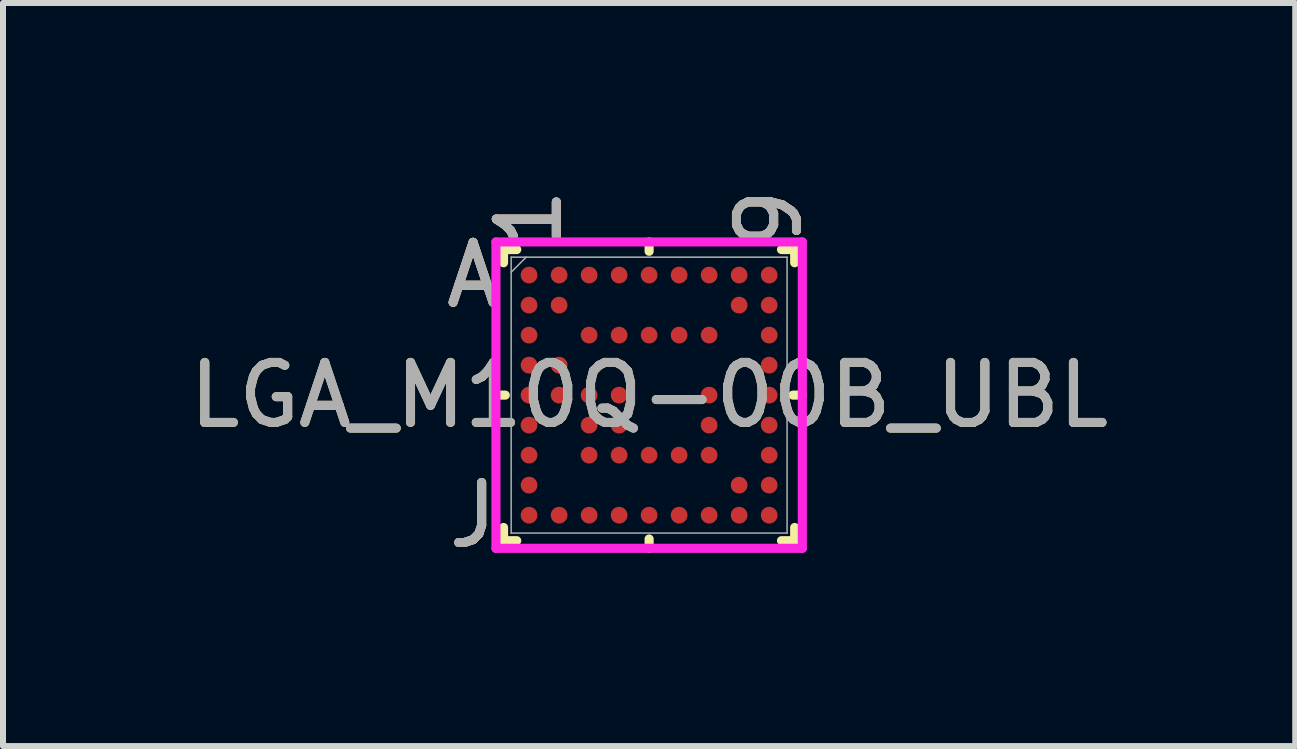
<source format=kicad_pcb>
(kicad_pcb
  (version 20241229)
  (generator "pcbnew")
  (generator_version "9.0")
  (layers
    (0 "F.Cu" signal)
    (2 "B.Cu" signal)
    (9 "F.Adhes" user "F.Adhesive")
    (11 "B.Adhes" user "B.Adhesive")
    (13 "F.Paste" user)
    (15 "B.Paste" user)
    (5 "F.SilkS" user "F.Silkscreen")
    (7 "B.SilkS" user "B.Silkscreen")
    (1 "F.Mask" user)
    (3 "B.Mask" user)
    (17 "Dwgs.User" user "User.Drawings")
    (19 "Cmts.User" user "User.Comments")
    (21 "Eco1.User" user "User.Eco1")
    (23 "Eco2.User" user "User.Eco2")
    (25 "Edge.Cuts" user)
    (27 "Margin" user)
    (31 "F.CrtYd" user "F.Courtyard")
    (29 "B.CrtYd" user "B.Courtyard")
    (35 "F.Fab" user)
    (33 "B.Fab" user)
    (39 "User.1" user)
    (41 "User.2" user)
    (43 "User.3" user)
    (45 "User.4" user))
  (footprint "LGA_M10Q-00B_UBL"
    (layer "F.Cu")
    (at 7.768 3.535)
    (property "Reference" "LGA_M10Q-00B_UBL" (at 0 0 0) (unlocked yes) (layer "F.SilkS") (effects (font (size 1 1) (thickness 0.15))))
    (attr smd)
    (fp_line (start -2.426 -2.426) (end -2.426 -2.206) (stroke (width 0.152) (type solid)) (layer "F.SilkS"))
    (fp_line (start -2.426 2.206) (end -2.426 2.426) (stroke (width 0.152) (type solid)) (layer "F.SilkS"))
    (fp_line (start -2.426 2.426) (end -2.206 2.426) (stroke (width 0.152) (type solid)) (layer "F.SilkS"))
    (fp_line (start -2.397 0) (end -2.553 0) (stroke (width 0.152) (type solid)) (layer "F.SilkS"))
    (fp_line (start -2.206 -2.426) (end -2.426 -2.426) (stroke (width 0.152) (type solid)) (layer "F.SilkS"))
    (fp_line (start 0 -2.397) (end 0 -2.553) (stroke (width 0.152) (type solid)) (layer "F.SilkS"))
    (fp_line (start 0 2.397) (end 0 2.553) (stroke (width 0.152) (type solid)) (layer "F.SilkS"))
    (fp_line (start 2.206 2.426) (end 2.426 2.426) (stroke (width 0.152) (type solid)) (layer "F.SilkS"))
    (fp_line (start 2.397 0) (end 2.553 0) (stroke (width 0.152) (type solid)) (layer "F.SilkS"))
    (fp_line (start 2.426 -2.426) (end 2.206 -2.426) (stroke (width 0.152) (type solid)) (layer "F.SilkS"))
    (fp_line (start 2.426 -2.206) (end 2.426 -2.426) (stroke (width 0.152) (type solid)) (layer "F.SilkS"))
    (fp_line (start 2.426 2.426) (end 2.426 2.206) (stroke (width 0.152) (type solid)) (layer "F.SilkS"))
    (fp_poly (pts (xy -2.695 -2.695) (xy 2.695 -2.695) (xy 2.695 2.695) (xy -2.695 2.695)) (stroke (width 0.1) (type solid)) (fill no) (layer "Eco2.User"))
    (fp_line (start -2.553 -2.553) (end 2.553 -2.553) (stroke (width 0.152) (type solid)) (layer "F.CrtYd"))
    (fp_line (start -2.553 2.553) (end -2.553 -2.553) (stroke (width 0.152) (type solid)) (layer "F.CrtYd"))
    (fp_line (start 2.553 -2.553) (end 2.553 2.553) (stroke (width 0.152) (type solid)) (layer "F.CrtYd"))
    (fp_line (start 2.553 2.553) (end -2.553 2.553) (stroke (width 0.152) (type solid)) (layer "F.CrtYd"))
    (fp_line (start -2.299 -2.299) (end -2.299 2.299) (stroke (width 0.025) (type solid)) (layer "F.Fab"))
    (fp_line (start -2.299 2.299) (end 2.299 2.299) (stroke (width 0.025) (type solid)) (layer "F.Fab"))
    (fp_line (start -2.049 -2.299) (end -2.299 -2.049) (stroke (width 0.025) (type solid)) (layer "F.Fab"))
    (fp_line (start 2.299 -2.299) (end -2.299 -2.299) (stroke (width 0.025) (type solid)) (layer "F.Fab"))
    (fp_line (start 2.299 2.299) (end 2.299 -2.299) (stroke (width 0.025) (type solid)) (layer "F.Fab"))
    (fp_text user "9" (at 2.001 -2.934 90) (unlocked yes) (layer "F.SilkS") (effects (font (size 1 1) (thickness 0.15))))
    (fp_text user "1" (at -2.001 -2.934 90) (unlocked yes) (layer "F.SilkS") (effects (font (size 1 1) (thickness 0.15))))
    (fp_text user "J" (at -2.934 2.001 0) (unlocked yes) (layer "F.SilkS") (effects (font (size 1 1) (thickness 0.15))))
    (fp_text user "A" (at -2.934 -2.001 0) (unlocked yes) (layer "F.SilkS") (effects (font (size 1 1) (thickness 0.15))))
    (fp_text user "1" (at -2.001 -2.934 90) (unlocked yes) (layer "B.SilkS") (effects (font (size 1 1) (thickness 0.15))))
    (fp_text user "9" (at 2.001 -2.934 90) (unlocked yes) (layer "B.SilkS") (effects (font (size 1 1) (thickness 0.15))))
    (fp_text user "A" (at -2.934 -2.001 0) (unlocked yes) (layer "B.SilkS") (effects (font (size 1 1) (thickness 0.15))))
    (fp_text user "J" (at -2.934 2.001 0) (unlocked yes) (layer "B.SilkS") (effects (font (size 1 1) (thickness 0.15))))
    (fp_text user "A" (at -2.934 -2.001 0) (unlocked yes) (layer "F.Fab") (effects (font (size 1 1) (thickness 0.15))))
    (fp_text user "J" (at -2.934 2.001 0) (unlocked yes) (layer "F.Fab") (effects (font (size 1 1) (thickness 0.15))))
    (fp_text user "${REFERENCE}" (at 0 0 0) (unlocked yes) (layer "F.Fab") (effects (font (size 1 1) (thickness 0.15))))
    (fp_text user "9" (at 2.001 -2.934 90) (unlocked yes) (layer "F.Fab") (effects (font (size 1 1) (thickness 0.15))))
    (fp_text user "1" (at -2.001 -2.934 90) (unlocked yes) (layer "F.Fab") (effects (font (size 1 1) (thickness 0.15))))
    (pad "A1" smd circle (at -2.001 -2.001) (size 0.279 0.279) (layers "F.Cu" "F.Mask" "F.Paste"))
    (pad "A2" smd circle (at -1.5 -2.001) (size 0.279 0.279) (layers "F.Cu" "F.Mask" "F.Paste"))
    (pad "A3" smd circle (at -1 -2.001) (size 0.279 0.279) (layers "F.Cu" "F.Mask" "F.Paste"))
    (pad "A4" smd circle (at -0.5 -2.001) (size 0.279 0.279) (layers "F.Cu" "F.Mask" "F.Paste"))
    (pad "A5" smd circle (at 0 -2.001) (size 0.279 0.279) (layers "F.Cu" "F.Mask" "F.Paste"))
    (pad "A6" smd circle (at 0.5 -2.001) (size 0.279 0.279) (layers "F.Cu" "F.Mask" "F.Paste"))
    (pad "A7" smd circle (at 1 -2.001) (size 0.279 0.279) (layers "F.Cu" "F.Mask" "F.Paste"))
    (pad "A8" smd circle (at 1.5 -2.001) (size 0.279 0.279) (layers "F.Cu" "F.Mask" "F.Paste"))
    (pad "A9" smd circle (at 2.001 -2.001) (size 0.279 0.279) (layers "F.Cu" "F.Mask" "F.Paste"))
    (pad "B1" smd circle (at -2.001 -1.5) (size 0.279 0.279) (layers "F.Cu" "F.Mask" "F.Paste"))
    (pad "B2" smd circle (at -1.5 -1.5) (size 0.279 0.279) (layers "F.Cu" "F.Mask" "F.Paste"))
    (pad "B8" smd circle (at 1.5 -1.5) (size 0.279 0.279) (layers "F.Cu" "F.Mask" "F.Paste"))
    (pad "B9" smd circle (at 2.001 -1.5) (size 0.279 0.279) (layers "F.Cu" "F.Mask" "F.Paste"))
    (pad "C1" smd circle (at -2.001 -1) (size 0.279 0.279) (layers "F.Cu" "F.Mask" "F.Paste"))
    (pad "C3" smd circle (at -1 -1) (size 0.279 0.279) (layers "F.Cu" "F.Mask" "F.Paste"))
    (pad "C4" smd circle (at -0.5 -1) (size 0.279 0.279) (layers "F.Cu" "F.Mask" "F.Paste"))
    (pad "C5" smd circle (at 0 -1) (size 0.279 0.279) (layers "F.Cu" "F.Mask" "F.Paste"))
    (pad "C6" smd circle (at 0.5 -1) (size 0.279 0.279) (layers "F.Cu" "F.Mask" "F.Paste"))
    (pad "C7" smd circle (at 1 -1) (size 0.279 0.279) (layers "F.Cu" "F.Mask" "F.Paste"))
    (pad "C9" smd circle (at 2.001 -1) (size 0.279 0.279) (layers "F.Cu" "F.Mask" "F.Paste"))
    (pad "D1" smd circle (at -2.001 -0.5) (size 0.279 0.279) (layers "F.Cu" "F.Mask" "F.Paste"))
    (pad "D2" smd circle (at -1.5 -0.5) (size 0.279 0.279) (layers "F.Cu" "F.Mask" "F.Paste"))
    (pad "D9" smd circle (at 2.001 -0.5) (size 0.279 0.279) (layers "F.Cu" "F.Mask" "F.Paste"))
    (pad "E1" smd circle (at -2.001 0) (size 0.279 0.279) (layers "F.Cu" "F.Mask" "F.Paste"))
    (pad "E2" smd circle (at -1.5 0) (size 0.279 0.279) (layers "F.Cu" "F.Mask" "F.Paste"))
    (pad "E3" smd circle (at -1 0) (size 0.279 0.279) (layers "F.Cu" "F.Mask" "F.Paste"))
    (pad "E4" smd circle (at -0.5 0) (size 0.279 0.279) (layers "F.Cu" "F.Mask" "F.Paste"))
    (pad "E7" smd circle (at 1 0) (size 0.279 0.279) (layers "F.Cu" "F.Mask" "F.Paste"))
    (pad "E9" smd circle (at 2.001 0) (size 0.279 0.279) (layers "F.Cu" "F.Mask" "F.Paste"))
    (pad "F1" smd circle (at -2.001 0.5) (size 0.279 0.279) (layers "F.Cu" "F.Mask" "F.Paste"))
    (pad "F3" smd circle (at -1 0.5) (size 0.279 0.279) (layers "F.Cu" "F.Mask" "F.Paste"))
    (pad "F4" smd circle (at -0.5 0.5) (size 0.279 0.279) (layers "F.Cu" "F.Mask" "F.Paste"))
    (pad "F7" smd circle (at 1 0.5) (size 0.279 0.279) (layers "F.Cu" "F.Mask" "F.Paste"))
    (pad "F9" smd circle (at 2.001 0.5) (size 0.279 0.279) (layers "F.Cu" "F.Mask" "F.Paste"))
    (pad "G1" smd circle (at -2.001 1) (size 0.279 0.279) (layers "F.Cu" "F.Mask" "F.Paste"))
    (pad "G3" smd circle (at -1 1) (size 0.279 0.279) (layers "F.Cu" "F.Mask" "F.Paste"))
    (pad "G4" smd circle (at -0.5 1) (size 0.279 0.279) (layers "F.Cu" "F.Mask" "F.Paste"))
    (pad "G5" smd circle (at 0 1) (size 0.279 0.279) (layers "F.Cu" "F.Mask" "F.Paste"))
    (pad "G6" smd circle (at 0.5 1) (size 0.279 0.279) (layers "F.Cu" "F.Mask" "F.Paste"))
    (pad "G7" smd circle (at 1 1) (size 0.279 0.279) (layers "F.Cu" "F.Mask" "F.Paste"))
    (pad "G9" smd circle (at 2.001 1) (size 0.279 0.279) (layers "F.Cu" "F.Mask" "F.Paste"))
    (pad "H1" smd circle (at -2.001 1.5) (size 0.279 0.279) (layers "F.Cu" "F.Mask" "F.Paste"))
    (pad "H8" smd circle (at 1.5 1.5) (size 0.279 0.279) (layers "F.Cu" "F.Mask" "F.Paste"))
    (pad "H9" smd circle (at 2.001 1.5) (size 0.279 0.279) (layers "F.Cu" "F.Mask" "F.Paste"))
    (pad "J1" smd circle (at -2.001 2.001) (size 0.279 0.279) (layers "F.Cu" "F.Mask" "F.Paste"))
    (pad "J2" smd circle (at -1.5 2.001) (size 0.279 0.279) (layers "F.Cu" "F.Mask" "F.Paste"))
    (pad "J3" smd circle (at -1 2.001) (size 0.279 0.279) (layers "F.Cu" "F.Mask" "F.Paste"))
    (pad "J4" smd circle (at -0.5 2.001) (size 0.279 0.279) (layers "F.Cu" "F.Mask" "F.Paste"))
    (pad "J5" smd circle (at 0 2.001) (size 0.279 0.279) (layers "F.Cu" "F.Mask" "F.Paste"))
    (pad "J6" smd circle (at 0.5 2.001) (size 0.279 0.279) (layers "F.Cu" "F.Mask" "F.Paste"))
    (pad "J7" smd circle (at 1 2.001) (size 0.279 0.279) (layers "F.Cu" "F.Mask" "F.Paste"))
    (pad "J8" smd circle (at 1.5 2.001) (size 0.279 0.279) (layers "F.Cu" "F.Mask" "F.Paste"))
    (pad "J9" smd circle (at 2.001 2.001) (size 0.279 0.279) (layers "F.Cu" "F.Mask" "F.Paste")))
  (gr_rect
    (start -3 -3)
    (end 18.536 9.384)
    (stroke (width 0.1) (type default))
    (fill no)
    (layer "Edge.Cuts")))
</source>
